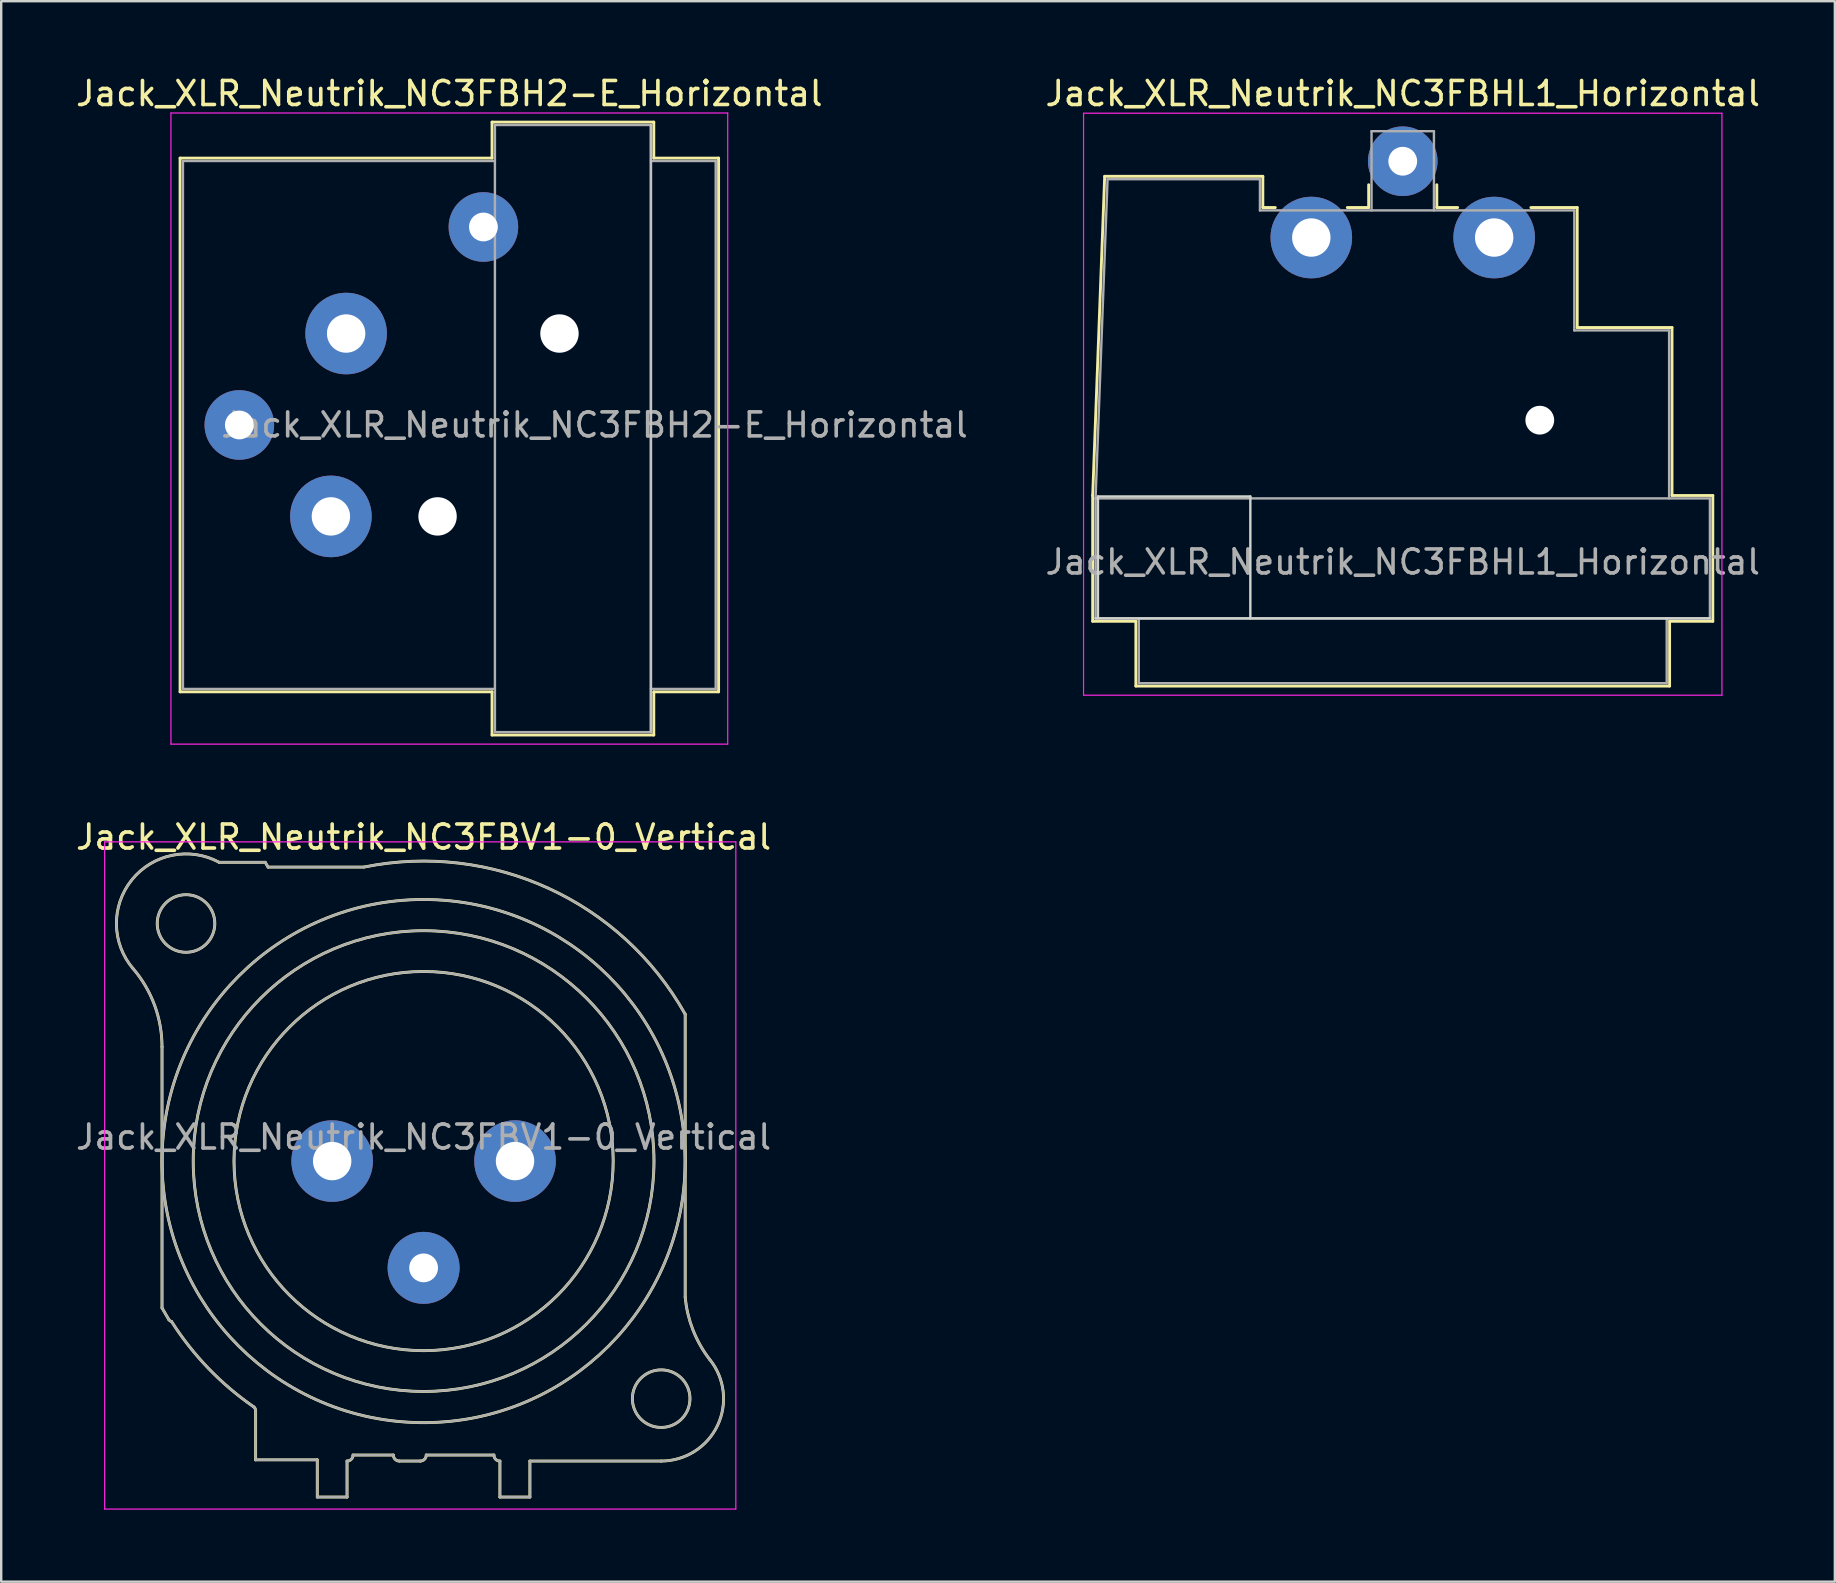
<source format=kicad_pcb>
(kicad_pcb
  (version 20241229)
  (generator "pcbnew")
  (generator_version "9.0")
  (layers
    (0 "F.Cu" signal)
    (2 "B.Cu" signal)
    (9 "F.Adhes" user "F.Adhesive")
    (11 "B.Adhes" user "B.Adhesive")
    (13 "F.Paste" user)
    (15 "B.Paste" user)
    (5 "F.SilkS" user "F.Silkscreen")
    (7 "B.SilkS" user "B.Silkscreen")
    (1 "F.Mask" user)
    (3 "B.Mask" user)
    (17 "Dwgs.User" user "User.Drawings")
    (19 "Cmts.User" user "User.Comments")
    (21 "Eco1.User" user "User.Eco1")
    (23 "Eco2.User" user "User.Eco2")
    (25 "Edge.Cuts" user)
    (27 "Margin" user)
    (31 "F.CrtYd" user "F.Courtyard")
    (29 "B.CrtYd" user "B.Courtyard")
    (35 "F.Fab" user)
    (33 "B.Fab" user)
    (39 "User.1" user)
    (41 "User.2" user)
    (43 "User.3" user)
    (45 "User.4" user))
  (footprint "Jack_XLR_Neutrik_NC3FBV1-0_Vertical"
    (layer "F.Cu")
    (at 18.411 45.331)
    (property "Reference" "Jack_XLR_Neutrik_NC3FBV1-0_Vertical" (at -3.81 -13.5 0) (layer "F.SilkS") (effects (font (size 1 1) (thickness 0.15))))
    (attr through_hole)
    (fp_line (start -14.71 -4.76) (end -14.71 6.12) (stroke (width 0.12) (type solid)) (layer "F.SilkS"))
    (fp_line (start -14.71 6.12) (end -14.43 6.6) (stroke (width 0.12) (type solid)) (layer "F.SilkS"))
    (fp_line (start -10.81 10.39) (end -10.81 12.45) (stroke (width 0.12) (type solid)) (layer "F.SilkS"))
    (fp_line (start -10.81 12.45) (end -8.24 12.45) (stroke (width 0.12) (type solid)) (layer "F.SilkS"))
    (fp_line (start -10.41 -12.45) (end -12.33 -12.45) (stroke (width 0.12) (type solid)) (layer "F.SilkS"))
    (fp_line (start -10.29 -12.25) (end -10.41 -12.45) (stroke (width 0.12) (type solid)) (layer "F.SilkS"))
    (fp_line (start -8.24 12.45) (end -8.24 14) (stroke (width 0.12) (type solid)) (layer "F.SilkS"))
    (fp_line (start -7 14) (end -8.24 14) (stroke (width 0.12) (type solid)) (layer "F.SilkS"))
    (fp_line (start -7 14) (end -7 12.5) (stroke (width 0.12) (type solid)) (layer "F.SilkS"))
    (fp_line (start -6.75 12.25) (end -5.07 12.25) (stroke (width 0.12) (type solid)) (layer "F.SilkS"))
    (fp_line (start -6.3 -12.25) (end -10.29 -12.25) (stroke (width 0.12) (type solid)) (layer "F.SilkS"))
    (fp_line (start -4.82 12.5) (end -3.95 12.5) (stroke (width 0.12) (type solid)) (layer "F.SilkS"))
    (fp_line (start -3.7 12.25) (end -0.88 12.25) (stroke (width 0.12) (type solid)) (layer "F.SilkS"))
    (fp_line (start -0.63 12.5) (end -0.63 14) (stroke (width 0.12) (type solid)) (layer "F.SilkS"))
    (fp_line (start 0.62 12.5) (end 6.09 12.5) (stroke (width 0.12) (type solid)) (layer "F.SilkS"))
    (fp_line (start 0.62 14) (end -0.63 14) (stroke (width 0.12) (type solid)) (layer "F.SilkS"))
    (fp_line (start 0.62 14) (end 0.62 12.5) (stroke (width 0.12) (type solid)) (layer "F.SilkS"))
    (fp_line (start 7.09 5.67) (end 7.09 -6.12) (stroke (width 0.12) (type solid)) (layer "F.SilkS"))
    (fp_arc (start -15.916051 -8.020379) (mid -15.021177 -6.498148) (end -14.71 -4.76) (stroke (width 0.12) (type solid)) (layer "F.SilkS"))
    (fp_arc (start -15.908884 -8.010077) (mid -15.967404 -11.719623) (end -12.33 -12.45) (stroke (width 0.12) (type solid)) (layer "F.SilkS"))
    (fp_arc (start -14.313753 6.685219) (mid -14.379716 6.653303) (end -14.43 6.6) (stroke (width 0.12) (type solid)) (layer "F.SilkS"))
    (fp_arc (start -10.879208 10.248532) (mid -12.772983 8.641241) (end -14.31 6.69) (stroke (width 0.12) (type solid)) (layer "F.SilkS"))
    (fp_arc (start -10.874359 10.252686) (mid -10.828679 10.315015) (end -10.81 10.39) (stroke (width 0.12) (type solid)) (layer "F.SilkS"))
    (fp_arc (start -6.75 12.25) (mid -6.823223 12.426777) (end -7 12.5) (stroke (width 0.12) (type solid)) (layer "F.SilkS"))
    (fp_arc (start -6.283571 -12.253402) (mid 1.401126 -11.362596) (end 7.09 -6.12) (stroke (width 0.12) (type solid)) (layer "F.SilkS"))
    (fp_arc (start -4.82 12.5) (mid -4.996777 12.426777) (end -5.07 12.25) (stroke (width 0.12) (type solid)) (layer "F.SilkS"))
    (fp_arc (start -3.7 12.25) (mid -3.773223 12.426777) (end -3.95 12.5) (stroke (width 0.12) (type solid)) (layer "F.SilkS"))
    (fp_arc (start -0.63 12.5) (mid -0.806777 12.426777) (end -0.88 12.25) (stroke (width 0.12) (type solid)) (layer "F.SilkS"))
    (fp_arc (start 8.110579 8.263767) (mid 8.436721 11.019329) (end 6.09 12.5) (stroke (width 0.12) (type solid)) (layer "F.SilkS"))
    (fp_arc (start 8.111727 8.266808) (mid 7.416073 7.041111) (end 7.09 5.67) (stroke (width 0.12) (type solid)) (layer "F.SilkS"))
    (fp_circle (center -13.71 -9.9) (end -12.51 -9.9) (stroke (width 0.12) (type solid)) (fill no) (layer "F.SilkS"))
    (fp_circle (center -3.81 0) (end 4.09 0) (stroke (width 0.12) (type solid)) (fill no) (layer "F.SilkS"))
    (fp_circle (center -3.81 0) (end 5.79 0) (stroke (width 0.12) (type solid)) (fill no) (layer "F.SilkS"))
    (fp_circle (center -3.81 0) (end 7.09 0) (stroke (width 0.12) (type solid)) (fill no) (layer "F.SilkS"))
    (fp_circle (center 6.09 9.9) (end 7.29 9.9) (stroke (width 0.12) (type solid)) (fill no) (layer "F.SilkS"))
    (fp_line (start -17.1 -13.3) (end 9.2 -13.3) (stroke (width 0.05) (type solid)) (layer "F.CrtYd"))
    (fp_line (start -17.1 14.5) (end -17.1 -13.3) (stroke (width 0.05) (type solid)) (layer "F.CrtYd"))
    (fp_line (start 9.2 -13.3) (end 9.2 14.5) (stroke (width 0.05) (type solid)) (layer "F.CrtYd"))
    (fp_line (start 9.2 14.5) (end -17.1 14.5) (stroke (width 0.05) (type solid)) (layer "F.CrtYd"))
    (fp_line (start -14.71 -4.76) (end -14.71 6.12) (stroke (width 0.1) (type solid)) (layer "F.Fab"))
    (fp_line (start -14.71 6.12) (end -14.43 6.6) (stroke (width 0.1) (type solid)) (layer "F.Fab"))
    (fp_line (start -10.81 10.39) (end -10.81 12.45) (stroke (width 0.1) (type solid)) (layer "F.Fab"))
    (fp_line (start -10.81 12.45) (end -8.24 12.45) (stroke (width 0.1) (type solid)) (layer "F.Fab"))
    (fp_line (start -10.41 -12.45) (end -12.33 -12.45) (stroke (width 0.1) (type solid)) (layer "F.Fab"))
    (fp_line (start -10.29 -12.25) (end -10.41 -12.45) (stroke (width 0.1) (type solid)) (layer "F.Fab"))
    (fp_line (start -8.24 12.45) (end -8.24 14) (stroke (width 0.1) (type solid)) (layer "F.Fab"))
    (fp_line (start -7 14) (end -8.24 14) (stroke (width 0.1) (type solid)) (layer "F.Fab"))
    (fp_line (start -7 14) (end -7 12.5) (stroke (width 0.1) (type solid)) (layer "F.Fab"))
    (fp_line (start -6.75 12.25) (end -5.07 12.25) (stroke (width 0.1) (type solid)) (layer "F.Fab"))
    (fp_line (start -6.3 -12.25) (end -10.29 -12.25) (stroke (width 0.1) (type solid)) (layer "F.Fab"))
    (fp_line (start -4.82 12.5) (end -3.95 12.5) (stroke (width 0.1) (type solid)) (layer "F.Fab"))
    (fp_line (start -3.7 12.25) (end -0.88 12.25) (stroke (width 0.1) (type solid)) (layer "F.Fab"))
    (fp_line (start -0.63 12.5) (end -0.63 14) (stroke (width 0.1) (type solid)) (layer "F.Fab"))
    (fp_line (start 0.62 12.5) (end 6.09 12.5) (stroke (width 0.1) (type solid)) (layer "F.Fab"))
    (fp_line (start 0.62 14) (end -0.63 14) (stroke (width 0.1) (type solid)) (layer "F.Fab"))
    (fp_line (start 0.62 14) (end 0.62 12.5) (stroke (width 0.1) (type solid)) (layer "F.Fab"))
    (fp_line (start 7.09 5.67) (end 7.09 -6.12) (stroke (width 0.1) (type solid)) (layer "F.Fab"))
    (fp_arc (start -15.916051 -8.020379) (mid -15.021177 -6.498148) (end -14.71 -4.76) (stroke (width 0.1) (type solid)) (layer "F.Fab"))
    (fp_arc (start -15.908884 -8.010077) (mid -15.967404 -11.719623) (end -12.33 -12.45) (stroke (width 0.1) (type solid)) (layer "F.Fab"))
    (fp_arc (start -14.313753 6.685219) (mid -14.379716 6.653303) (end -14.43 6.6) (stroke (width 0.1) (type solid)) (layer "F.Fab"))
    (fp_arc (start -10.879208 10.248532) (mid -12.772983 8.641241) (end -14.31 6.69) (stroke (width 0.1) (type solid)) (layer "F.Fab"))
    (fp_arc (start -10.874359 10.252686) (mid -10.828679 10.315015) (end -10.81 10.39) (stroke (width 0.1) (type solid)) (layer "F.Fab"))
    (fp_arc (start -6.75 12.25) (mid -6.823223 12.426777) (end -7 12.5) (stroke (width 0.1) (type solid)) (layer "F.Fab"))
    (fp_arc (start -6.283571 -12.253402) (mid 1.401126 -11.362596) (end 7.09 -6.12) (stroke (width 0.1) (type solid)) (layer "F.Fab"))
    (fp_arc (start -4.82 12.5) (mid -4.996777 12.426777) (end -5.07 12.25) (stroke (width 0.1) (type solid)) (layer "F.Fab"))
    (fp_arc (start -3.7 12.25) (mid -3.773223 12.426777) (end -3.95 12.5) (stroke (width 0.1) (type solid)) (layer "F.Fab"))
    (fp_arc (start -0.63 12.5) (mid -0.806777 12.426777) (end -0.88 12.25) (stroke (width 0.1) (type solid)) (layer "F.Fab"))
    (fp_arc (start 8.110579 8.263767) (mid 8.436721 11.019329) (end 6.09 12.5) (stroke (width 0.1) (type solid)) (layer "F.Fab"))
    (fp_arc (start 8.111727 8.266808) (mid 7.416073 7.041111) (end 7.09 5.67) (stroke (width 0.1) (type solid)) (layer "F.Fab"))
    (fp_circle (center -13.71 -9.9) (end -12.51 -9.9) (stroke (width 0.1) (type solid)) (fill no) (layer "F.Fab"))
    (fp_circle (center -3.81 0) (end 4.09 0) (stroke (width 0.1) (type solid)) (fill no) (layer "F.Fab"))
    (fp_circle (center -3.81 0) (end 5.79 0) (stroke (width 0.1) (type solid)) (fill no) (layer "F.Fab"))
    (fp_circle (center -3.81 0) (end 7.09 0) (stroke (width 0.1) (type solid)) (fill no) (layer "F.Fab"))
    (fp_circle (center 6.09 9.9) (end 7.29 9.9) (stroke (width 0.1) (type solid)) (fill no) (layer "F.Fab"))
    (fp_text user "${REFERENCE}" (at -3.81 -1 0) (layer "F.Fab") (effects (font (size 1 1) (thickness 0.15))))
    (pad "1" thru_hole circle (at 0 0) (size 3.4 3.4) (drill 1.6) (layers "*.Cu" "*.Mask"))
    (pad "2" thru_hole circle (at -7.62 0) (size 3.4 3.4) (drill 1.6) (layers "*.Cu" "*.Mask"))
    (pad "3" thru_hole circle (at -3.81 4.45) (size 3 3) (drill 1.2) (layers "*.Cu" "*.Mask")))
  (footprint "Jack_XLR_Neutrik_NC3FBH2-E_Horizontal"
    (layer "F.Cu")
    (at 11.373 10.848)
    (property "Reference" "Jack_XLR_Neutrik_NC3FBH2-E_Horizontal" (at 4.3 -10 0) (layer "F.SilkS") (effects (font (size 1 1) (thickness 0.15))))
    (attr through_hole)
    (fp_line (start -6.92 -7.31) (end -6.92 14.93) (stroke (width 0.12) (type solid)) (layer "F.SilkS"))
    (fp_line (start 6.08 -7.31) (end -6.92 -7.31) (stroke (width 0.12) (type solid)) (layer "F.SilkS"))
    (fp_line (start 6.08 -7.31) (end 6.08 -8.81) (stroke (width 0.12) (type solid)) (layer "F.SilkS"))
    (fp_line (start 6.08 14.93) (end -6.92 14.93) (stroke (width 0.12) (type solid)) (layer "F.SilkS"))
    (fp_line (start 6.08 16.73) (end 6.08 14.93) (stroke (width 0.12) (type solid)) (layer "F.SilkS"))
    (fp_line (start 12.82 -8.81) (end 6.08 -8.81) (stroke (width 0.12) (type solid)) (layer "F.SilkS"))
    (fp_line (start 12.82 -8.81) (end 12.82 -7.31) (stroke (width 0.12) (type solid)) (layer "F.SilkS"))
    (fp_line (start 12.82 -7.31) (end 15.52 -7.31) (stroke (width 0.12) (type solid)) (layer "F.SilkS"))
    (fp_line (start 12.82 14.93) (end 12.82 16.73) (stroke (width 0.12) (type solid)) (layer "F.SilkS"))
    (fp_line (start 12.82 14.93) (end 15.52 14.93) (stroke (width 0.12) (type solid)) (layer "F.SilkS"))
    (fp_line (start 12.82 16.73) (end 6.08 16.73) (stroke (width 0.12) (type solid)) (layer "F.SilkS"))
    (fp_line (start 15.52 -7.31) (end 15.52 14.93) (stroke (width 0.12) (type solid)) (layer "F.SilkS"))
    (fp_line (start 12.7 -8.69) (end 12.7 16.61) (stroke (width 0.1) (type solid)) (layer "Dwgs.User"))
    (fp_line (start -7.3 -9.19) (end -7.3 17.11) (stroke (width 0.05) (type solid)) (layer "F.CrtYd"))
    (fp_line (start 15.9 -9.19) (end -7.3 -9.19) (stroke (width 0.05) (type solid)) (layer "F.CrtYd"))
    (fp_line (start 15.9 -9.19) (end 15.9 17.11) (stroke (width 0.05) (type solid)) (layer "F.CrtYd"))
    (fp_line (start 15.9 17.11) (end -7.3 17.11) (stroke (width 0.05) (type solid)) (layer "F.CrtYd"))
    (fp_line (start -6.8 -7.19) (end -6.8 14.81) (stroke (width 0.1) (type solid)) (layer "F.Fab"))
    (fp_line (start -6.8 14.81) (end 6.2 14.81) (stroke (width 0.1) (type solid)) (layer "F.Fab"))
    (fp_line (start 6.2 -8.69) (end 12.7 -8.69) (stroke (width 0.1) (type solid)) (layer "F.Fab"))
    (fp_line (start 6.2 -7.19) (end -6.8 -7.19) (stroke (width 0.1) (type solid)) (layer "F.Fab"))
    (fp_line (start 6.2 16.61) (end 6.2 -8.69) (stroke (width 0.1) (type solid)) (layer "F.Fab"))
    (fp_line (start 12.7 -8.69) (end 12.7 16.61) (stroke (width 0.1) (type solid)) (layer "F.Fab"))
    (fp_line (start 12.7 -7.19) (end 15.4 -7.19) (stroke (width 0.1) (type solid)) (layer "F.Fab"))
    (fp_line (start 12.7 16.61) (end 6.2 16.61) (stroke (width 0.1) (type solid)) (layer "F.Fab"))
    (fp_line (start 15.4 -7.19) (end 15.4 14.81) (stroke (width 0.1) (type solid)) (layer "F.Fab"))
    (fp_line (start 15.4 14.81) (end 12.7 14.81) (stroke (width 0.1) (type solid)) (layer "F.Fab"))
    (fp_text user "${REFERENCE}" (at 10.35 3.81 0) (layer "F.Fab") (effects (font (size 1 1) (thickness 0.15))))
    (pad "" np_thru_hole circle (at 3.81 7.62) (size 1.6 1.6) (drill 1.6) (layers "*.Cu" "*.Mask"))
    (pad "" np_thru_hole circle (at 8.89 0) (size 1.6 1.6) (drill 1.6) (layers "*.Cu" "*.Mask"))
    (pad "1" thru_hole circle (at 0 0) (size 3.4 3.4) (drill 1.6) (layers "*.Cu" "*.Mask"))
    (pad "2" thru_hole circle (at -0.635 7.62) (size 3.4 3.4) (drill 1.6) (layers "*.Cu" "*.Mask"))
    (pad "3" thru_hole circle (at -4.45 3.81) (size 2.9 2.9) (drill 1.2) (layers "*.Cu" "*.Mask"))
    (pad "G" thru_hole circle (at 5.72 -4.44) (size 2.9 2.9) (drill 1.2) (layers "*.Cu" "*.Mask")))
  (footprint "Jack_XLR_Neutrik_NC3FBHL1_Horizontal"
    (layer "F.Cu")
    (at 51.591 6.848)
    (property "Reference" "Jack_XLR_Neutrik_NC3FBHL1_Horizontal" (at 3.81 -6 0) (layer "F.SilkS") (effects (font (size 1 1) (thickness 0.15))))
    (attr through_hole)
    (fp_line (start -9.11 10.75) (end -8.61 -2.55) (stroke (width 0.12) (type solid)) (layer "F.SilkS"))
    (fp_line (start -9.11 15.99) (end -9.11 10.75) (stroke (width 0.12) (type solid)) (layer "F.SilkS"))
    (fp_line (start -8.61 -2.55) (end -2.02 -2.55) (stroke (width 0.12) (type solid)) (layer "F.SilkS"))
    (fp_line (start -7.31 15.99) (end -9.11 15.99) (stroke (width 0.12) (type solid)) (layer "F.SilkS"))
    (fp_line (start -7.31 15.99) (end -7.31 18.69) (stroke (width 0.12) (type solid)) (layer "F.SilkS"))
    (fp_line (start -2.02 -2.55) (end -2.02 -1.25) (stroke (width 0.12) (type solid)) (layer "F.SilkS"))
    (fp_line (start -2.02 -1.25) (end -1.5 -1.25) (stroke (width 0.12) (type solid)) (layer "F.SilkS"))
    (fp_line (start 1.5 -1.25) (end 2.39 -1.25) (stroke (width 0.12) (type solid)) (layer "F.SilkS"))
    (fp_line (start 2.39 -1.25) (end 2.39 -2.2) (stroke (width 0.12) (type solid)) (layer "F.SilkS"))
    (fp_line (start 5.23 -1.25) (end 5.23 -2.2) (stroke (width 0.12) (type solid)) (layer "F.SilkS"))
    (fp_line (start 5.23 -1.25) (end 6.1 -1.25) (stroke (width 0.12) (type solid)) (layer "F.SilkS"))
    (fp_line (start 9.15 -1.25) (end 11.08 -1.25) (stroke (width 0.12) (type solid)) (layer "F.SilkS"))
    (fp_line (start 11.08 3.75) (end 11.08 -1.25) (stroke (width 0.12) (type solid)) (layer "F.SilkS"))
    (fp_line (start 11.08 3.75) (end 15.03 3.75) (stroke (width 0.12) (type solid)) (layer "F.SilkS"))
    (fp_line (start 14.93 15.99) (end 14.93 18.69) (stroke (width 0.12) (type solid)) (layer "F.SilkS"))
    (fp_line (start 14.93 18.69) (end -7.31 18.69) (stroke (width 0.12) (type solid)) (layer "F.SilkS"))
    (fp_line (start 15.03 10.75) (end 15.03 3.75) (stroke (width 0.12) (type solid)) (layer "F.SilkS"))
    (fp_line (start 15.03 10.75) (end 16.73 10.75) (stroke (width 0.12) (type solid)) (layer "F.SilkS"))
    (fp_line (start 16.73 15.99) (end 14.93 15.99) (stroke (width 0.12) (type solid)) (layer "F.SilkS"))
    (fp_line (start 16.73 15.99) (end 16.73 10.75) (stroke (width 0.12) (type solid)) (layer "F.SilkS"))
    (fp_line (start -8.89 10.79) (end -8.89 15.87) (stroke (width 0.1) (type solid)) (layer "Edge.Cuts"))
    (fp_line (start -2.54 10.79) (end -8.89 10.79) (stroke (width 0.1) (type solid)) (layer "Edge.Cuts"))
    (fp_line (start -2.54 15.87) (end -2.54 10.79) (stroke (width 0.1) (type solid)) (layer "Edge.Cuts"))
    (fp_line (start 16.61 15.87) (end -8.99 15.87) (stroke (width 0.1) (type solid)) (layer "Edge.Cuts"))
    (fp_line (start -9.49 19.07) (end -9.49 -5.18) (stroke (width 0.05) (type solid)) (layer "F.CrtYd"))
    (fp_line (start 17.11 -5.18) (end -9.49 -5.18) (stroke (width 0.05) (type solid)) (layer "F.CrtYd"))
    (fp_line (start 17.11 19.07) (end -9.49 19.07) (stroke (width 0.05) (type solid)) (layer "F.CrtYd"))
    (fp_line (start 17.11 19.07) (end 17.11 -5.18) (stroke (width 0.05) (type solid)) (layer "F.CrtYd"))
    (fp_line (start -8.99 10.87) (end 16.61 10.87) (stroke (width 0.1) (type solid)) (layer "F.Fab"))
    (fp_line (start -8.99 15.87) (end -8.99 10.87) (stroke (width 0.1) (type solid)) (layer "F.Fab"))
    (fp_line (start -8.49 -2.43) (end -8.99 10.87) (stroke (width 0.1) (type solid)) (layer "F.Fab"))
    (fp_line (start -8.49 -2.43) (end -2.14 -2.43) (stroke (width 0.1) (type solid)) (layer "F.Fab"))
    (fp_line (start -7.19 18.57) (end -7.19 15.87) (stroke (width 0.1) (type solid)) (layer "F.Fab"))
    (fp_line (start -2.14 -1.13) (end -2.14 -2.43) (stroke (width 0.1) (type solid)) (layer "F.Fab"))
    (fp_line (start -2.14 -1.13) (end 10.96 -1.13) (stroke (width 0.1) (type solid)) (layer "F.Fab"))
    (fp_line (start 2.51 -4.43) (end 2.51 -1.13) (stroke (width 0.1) (type solid)) (layer "F.Fab"))
    (fp_line (start 2.51 -4.43) (end 5.11 -4.43) (stroke (width 0.1) (type solid)) (layer "F.Fab"))
    (fp_line (start 5.11 -4.43) (end 5.11 -1.13) (stroke (width 0.1) (type solid)) (layer "F.Fab"))
    (fp_line (start 10.96 -1.13) (end 10.96 3.87) (stroke (width 0.1) (type solid)) (layer "F.Fab"))
    (fp_line (start 10.96 3.87) (end 14.91 3.87) (stroke (width 0.1) (type solid)) (layer "F.Fab"))
    (fp_line (start 14.81 15.87) (end 14.81 18.57) (stroke (width 0.1) (type solid)) (layer "F.Fab"))
    (fp_line (start 14.81 18.57) (end -7.19 18.57) (stroke (width 0.1) (type solid)) (layer "F.Fab"))
    (fp_line (start 14.91 3.87) (end 14.91 10.87) (stroke (width 0.1) (type solid)) (layer "F.Fab"))
    (fp_line (start 16.61 10.87) (end 16.61 15.87) (stroke (width 0.1) (type solid)) (layer "F.Fab"))
    (fp_line (start 16.61 15.87) (end -8.99 15.87) (stroke (width 0.1) (type solid)) (layer "F.Fab"))
    (fp_text user "${REFERENCE}" (at 3.81 13.52 0) (layer "F.Fab") (effects (font (size 1 1) (thickness 0.15))))
    (pad "" np_thru_hole circle (at 9.52 7.61) (size 1.2 1.2) (drill 1.2) (layers "*.Cu" "*.Mask"))
    (pad "1" thru_hole circle (at 0 0) (size 3.4 3.4) (drill 1.6) (layers "*.Cu" "*.Mask"))
    (pad "2" thru_hole circle (at 3.81 -3.18) (size 2.9 2.9) (drill 1.2) (layers "*.Cu" "*.Mask"))
    (pad "3" thru_hole circle (at 7.62 0) (size 3.4 3.4) (drill 1.6) (layers "*.Cu" "*.Mask")))
  (gr_rect
    (start -3 -3)
    (end 73.407 62.856)
    (stroke (width 0.1) (type default))
    (fill no)
    (layer "Edge.Cuts")))
</source>
